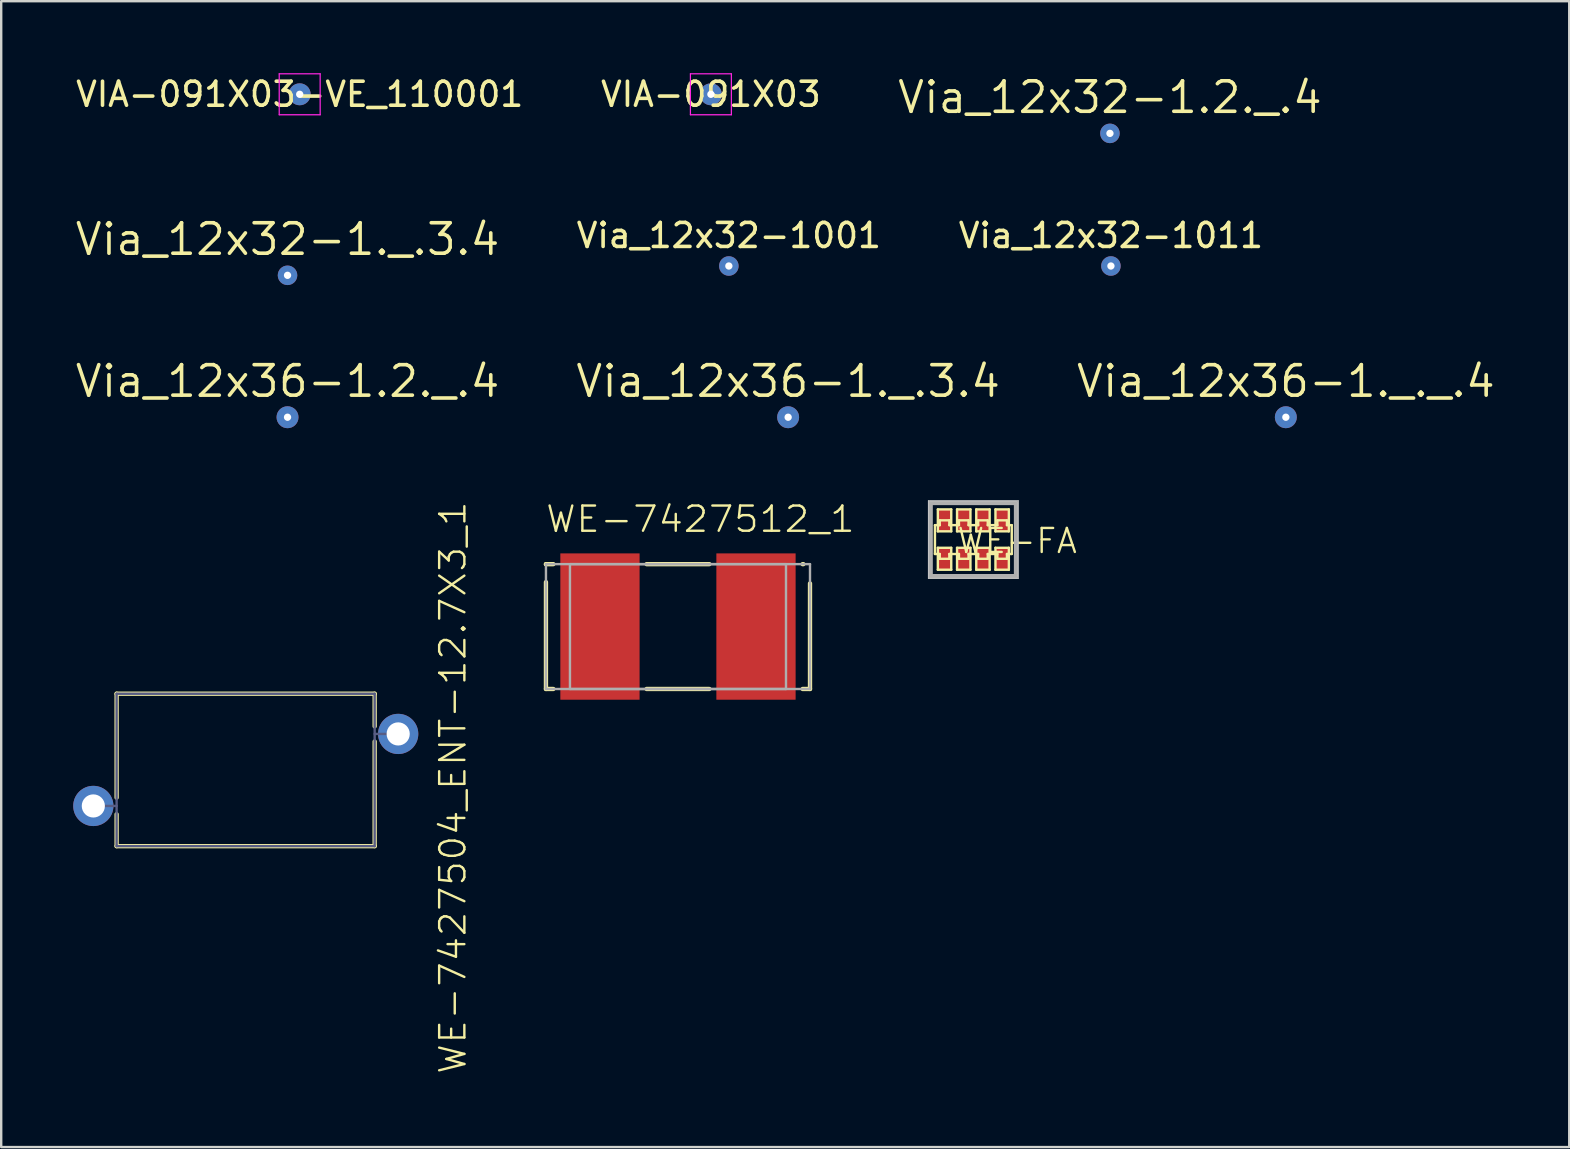
<source format=kicad_pcb>
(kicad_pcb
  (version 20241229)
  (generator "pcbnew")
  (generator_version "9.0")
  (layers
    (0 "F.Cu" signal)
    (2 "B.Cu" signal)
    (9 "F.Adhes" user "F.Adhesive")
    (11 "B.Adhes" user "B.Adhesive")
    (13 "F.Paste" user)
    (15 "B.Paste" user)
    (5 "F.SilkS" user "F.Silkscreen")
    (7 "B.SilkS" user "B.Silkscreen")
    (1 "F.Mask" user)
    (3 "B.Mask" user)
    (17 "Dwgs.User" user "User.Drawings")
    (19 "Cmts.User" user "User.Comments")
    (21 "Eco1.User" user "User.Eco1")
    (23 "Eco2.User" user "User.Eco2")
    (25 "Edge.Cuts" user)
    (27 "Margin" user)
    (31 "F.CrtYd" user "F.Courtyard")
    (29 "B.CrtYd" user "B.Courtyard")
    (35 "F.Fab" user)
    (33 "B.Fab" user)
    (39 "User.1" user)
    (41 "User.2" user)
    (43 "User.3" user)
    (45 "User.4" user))
  (footprint "Via_12x36-1._._.4"
    (layer "F.Cu")
    (at 50.517 14.331)
    (property "Reference" "Via_12x36-1._._.4" (at 0 -1.5 0) (layer "F.SilkS") (effects (font (size 1.27 1.27) (thickness 0.15))))
    (attr through_hole)
    (pad "" thru_hole circle (at 0 0) (size 0.914 0.914) (drill 0.305) (layers "*.Cu")))
  (footprint "VIA-091X03"
    (layer "F.Cu")
    (at 26.565 0.878)
    (property "Reference" "VIA-091X03" (at 0 0 0) (layer "F.SilkS") (effects (font (size 1 1) (thickness 0.15))))
    (attr through_hole)
    (fp_line (start -0.853 -0.853) (end -0.853 0.853) (stroke (width 0.05) (type solid)) (layer "F.CrtYd"))
    (fp_line (start -0.853 0.853) (end 0.853 0.853) (stroke (width 0.05) (type solid)) (layer "F.CrtYd"))
    (fp_line (start 0.853 -0.853) (end -0.853 -0.853) (stroke (width 0.05) (type solid)) (layer "F.CrtYd"))
    (fp_line (start 0.853 0.853) (end 0.853 -0.853) (stroke (width 0.05) (type solid)) (layer "F.CrtYd"))
    (pad "" thru_hole circle (at 0 0) (size 0.914 0.914) (drill 0.305) (layers "*.Cu" "*.Mask")))
  (footprint "Via_12x32-1001"
    (layer "F.Cu")
    (at 27.313 8.031)
    (property "Reference" "Via_12x32-1001" (at 0 -1.27 0) (layer "F.SilkS") (effects (font (size 1 1) (thickness 0.15))))
    (attr through_hole)
    (pad "~" thru_hole circle (at 0 0) (size 0.813 0.813) (drill 0.305) (layers "*.Cu")))
  (footprint "WE-FA"
    (placed yes)
    (layer "F.Cu")
    (at 37.499 19.428)
    (property "Reference" "WE-FA" (at -0.742 0.643 0) (layer "F.SilkS") (effects (font (size 1 1) (thickness 0.1)) (justify left bottom)))
    (attr through_hole)
    (fp_line (start -1.6 -0.6) (end -1.6 0.6) (stroke (width 0.1) (type solid)) (layer "F.SilkS"))
    (fp_line (start -1.6 0.6) (end -1.4 0.6) (stroke (width 0.1) (type solid)) (layer "F.SilkS"))
    (fp_line (start -1.479 -1.257) (end -0.921 -1.257) (stroke (width 0.1) (type solid)) (layer "F.SilkS"))
    (fp_line (start -1.479 -0.343) (end -1.479 -1.257) (stroke (width 0.1) (type solid)) (layer "F.SilkS"))
    (fp_line (start -1.479 0.343) (end -0.921 0.343) (stroke (width 0.1) (type solid)) (layer "F.SilkS"))
    (fp_line (start -1.479 1.257) (end -1.479 0.343) (stroke (width 0.1) (type solid)) (layer "F.SilkS"))
    (fp_line (start -1.4 -0.8) (end -1.4 -0.6) (stroke (width 0.1) (type solid)) (layer "F.SilkS"))
    (fp_line (start -1.4 -0.6) (end -1.6 -0.6) (stroke (width 0.1) (type solid)) (layer "F.SilkS"))
    (fp_line (start -1.4 0.6) (end -1.4 0.8) (stroke (width 0.1) (type solid)) (layer "F.SilkS"))
    (fp_line (start -1.4 0.8) (end -1 0.8) (stroke (width 0.1) (type solid)) (layer "F.SilkS"))
    (fp_line (start -1 -0.8) (end -1.4 -0.8) (stroke (width 0.1) (type solid)) (layer "F.SilkS"))
    (fp_line (start -1 -0.6) (end -1 -0.8) (stroke (width 0.1) (type solid)) (layer "F.SilkS"))
    (fp_line (start -1 0.6) (end -0.6 0.6) (stroke (width 0.1) (type solid)) (layer "F.SilkS"))
    (fp_line (start -1 0.8) (end -1 0.6) (stroke (width 0.1) (type solid)) (layer "F.SilkS"))
    (fp_line (start -0.921 -1.257) (end -0.921 -0.343) (stroke (width 0.1) (type solid)) (layer "F.SilkS"))
    (fp_line (start -0.921 -0.343) (end -1.479 -0.343) (stroke (width 0.1) (type solid)) (layer "F.SilkS"))
    (fp_line (start -0.921 0.343) (end -0.921 1.257) (stroke (width 0.1) (type solid)) (layer "F.SilkS"))
    (fp_line (start -0.921 1.257) (end -1.479 1.257) (stroke (width 0.1) (type solid)) (layer "F.SilkS"))
    (fp_line (start -0.679 -1.257) (end -0.121 -1.257) (stroke (width 0.1) (type solid)) (layer "F.SilkS"))
    (fp_line (start -0.679 -0.343) (end -0.679 -1.257) (stroke (width 0.1) (type solid)) (layer "F.SilkS"))
    (fp_line (start -0.679 0.343) (end -0.121 0.343) (stroke (width 0.1) (type solid)) (layer "F.SilkS"))
    (fp_line (start -0.679 1.257) (end -0.679 0.343) (stroke (width 0.1) (type solid)) (layer "F.SilkS"))
    (fp_line (start -0.6 -0.8) (end -0.6 -0.6) (stroke (width 0.1) (type solid)) (layer "F.SilkS"))
    (fp_line (start -0.6 -0.6) (end -1 -0.6) (stroke (width 0.1) (type solid)) (layer "F.SilkS"))
    (fp_line (start -0.6 0.6) (end -0.6 0.8) (stroke (width 0.1) (type solid)) (layer "F.SilkS"))
    (fp_line (start -0.6 0.8) (end -0.2 0.8) (stroke (width 0.1) (type solid)) (layer "F.SilkS"))
    (fp_line (start -0.2 -0.8) (end -0.6 -0.8) (stroke (width 0.1) (type solid)) (layer "F.SilkS"))
    (fp_line (start -0.2 -0.6) (end -0.2 -0.8) (stroke (width 0.1) (type solid)) (layer "F.SilkS"))
    (fp_line (start -0.2 0.6) (end 0.2 0.6) (stroke (width 0.1) (type solid)) (layer "F.SilkS"))
    (fp_line (start -0.2 0.8) (end -0.2 0.6) (stroke (width 0.1) (type solid)) (layer "F.SilkS"))
    (fp_line (start -0.121 -1.257) (end -0.121 -0.343) (stroke (width 0.1) (type solid)) (layer "F.SilkS"))
    (fp_line (start -0.121 -0.343) (end -0.679 -0.343) (stroke (width 0.1) (type solid)) (layer "F.SilkS"))
    (fp_line (start -0.121 0.343) (end -0.121 1.257) (stroke (width 0.1) (type solid)) (layer "F.SilkS"))
    (fp_line (start -0.121 1.257) (end -0.679 1.257) (stroke (width 0.1) (type solid)) (layer "F.SilkS"))
    (fp_line (start 0.121 -1.257) (end 0.679 -1.257) (stroke (width 0.1) (type solid)) (layer "F.SilkS"))
    (fp_line (start 0.121 -0.343) (end 0.121 -1.257) (stroke (width 0.1) (type solid)) (layer "F.SilkS"))
    (fp_line (start 0.121 0.343) (end 0.679 0.343) (stroke (width 0.1) (type solid)) (layer "F.SilkS"))
    (fp_line (start 0.121 1.257) (end 0.121 0.343) (stroke (width 0.1) (type solid)) (layer "F.SilkS"))
    (fp_line (start 0.2 -0.8) (end 0.2 -0.6) (stroke (width 0.1) (type solid)) (layer "F.SilkS"))
    (fp_line (start 0.2 -0.6) (end -0.2 -0.6) (stroke (width 0.1) (type solid)) (layer "F.SilkS"))
    (fp_line (start 0.2 0.6) (end 0.2 0.8) (stroke (width 0.1) (type solid)) (layer "F.SilkS"))
    (fp_line (start 0.2 0.8) (end 0.6 0.8) (stroke (width 0.1) (type solid)) (layer "F.SilkS"))
    (fp_line (start 0.6 -0.8) (end 0.2 -0.8) (stroke (width 0.1) (type solid)) (layer "F.SilkS"))
    (fp_line (start 0.6 -0.6) (end 0.6 -0.8) (stroke (width 0.1) (type solid)) (layer "F.SilkS"))
    (fp_line (start 0.6 0.6) (end 1 0.6) (stroke (width 0.1) (type solid)) (layer "F.SilkS"))
    (fp_line (start 0.6 0.8) (end 0.6 0.6) (stroke (width 0.1) (type solid)) (layer "F.SilkS"))
    (fp_line (start 0.679 -1.257) (end 0.679 -0.343) (stroke (width 0.1) (type solid)) (layer "F.SilkS"))
    (fp_line (start 0.679 -0.343) (end 0.121 -0.343) (stroke (width 0.1) (type solid)) (layer "F.SilkS"))
    (fp_line (start 0.679 0.343) (end 0.679 1.257) (stroke (width 0.1) (type solid)) (layer "F.SilkS"))
    (fp_line (start 0.679 1.257) (end 0.121 1.257) (stroke (width 0.1) (type solid)) (layer "F.SilkS"))
    (fp_line (start 0.921 -1.257) (end 1.479 -1.257) (stroke (width 0.1) (type solid)) (layer "F.SilkS"))
    (fp_line (start 0.921 -0.343) (end 0.921 -1.257) (stroke (width 0.1) (type solid)) (layer "F.SilkS"))
    (fp_line (start 0.921 0.343) (end 1.479 0.343) (stroke (width 0.1) (type solid)) (layer "F.SilkS"))
    (fp_line (start 0.921 1.257) (end 0.921 0.343) (stroke (width 0.1) (type solid)) (layer "F.SilkS"))
    (fp_line (start 1 -0.8) (end 1 -0.6) (stroke (width 0.1) (type solid)) (layer "F.SilkS"))
    (fp_line (start 1 -0.6) (end 0.6 -0.6) (stroke (width 0.1) (type solid)) (layer "F.SilkS"))
    (fp_line (start 1 0.6) (end 1 0.8) (stroke (width 0.1) (type solid)) (layer "F.SilkS"))
    (fp_line (start 1 0.8) (end 1.4 0.8) (stroke (width 0.1) (type solid)) (layer "F.SilkS"))
    (fp_line (start 1.4 -0.8) (end 1 -0.8) (stroke (width 0.1) (type solid)) (layer "F.SilkS"))
    (fp_line (start 1.4 -0.6) (end 1.4 -0.8) (stroke (width 0.1) (type solid)) (layer "F.SilkS"))
    (fp_line (start 1.4 0.6) (end 1.6 0.6) (stroke (width 0.1) (type solid)) (layer "F.SilkS"))
    (fp_line (start 1.4 0.8) (end 1.4 0.6) (stroke (width 0.1) (type solid)) (layer "F.SilkS"))
    (fp_line (start 1.479 -1.257) (end 1.479 -0.343) (stroke (width 0.1) (type solid)) (layer "F.SilkS"))
    (fp_line (start 1.479 -0.343) (end 0.921 -0.343) (stroke (width 0.1) (type solid)) (layer "F.SilkS"))
    (fp_line (start 1.479 0.343) (end 1.479 1.257) (stroke (width 0.1) (type solid)) (layer "F.SilkS"))
    (fp_line (start 1.479 1.257) (end 0.921 1.257) (stroke (width 0.1) (type solid)) (layer "F.SilkS"))
    (fp_line (start 1.6 -0.6) (end 1.4 -0.6) (stroke (width 0.1) (type solid)) (layer "F.SilkS"))
    (fp_line (start 1.6 0.6) (end 1.6 -0.6) (stroke (width 0.1) (type solid)) (layer "F.SilkS"))
    (fp_line (start -1.868 -1.614) (end 1.868 -1.614) (stroke (width 0.05) (type solid)) (layer "Dwgs.User"))
    (fp_line (start -1.868 1.614) (end -1.868 -1.614) (stroke (width 0.05) (type solid)) (layer "Dwgs.User"))
    (fp_line (start 1.868 -1.614) (end 1.868 1.614) (stroke (width 0.05) (type solid)) (layer "Dwgs.User"))
    (fp_line (start 1.868 1.614) (end -1.868 1.614) (stroke (width 0.05) (type solid)) (layer "Dwgs.User"))
    (fp_line (start -1.778 -1.524) (end -1.778 1.524) (stroke (width 0.18) (type solid)) (layer "F.Fab"))
    (fp_line (start -1.778 1.524) (end 1.778 1.524) (stroke (width 0.18) (type solid)) (layer "F.Fab"))
    (fp_line (start 1.778 -1.524) (end -1.778 -1.524) (stroke (width 0.18) (type solid)) (layer "F.Fab"))
    (fp_line (start 1.778 1.524) (end 1.778 -1.524) (stroke (width 0.18) (type solid)) (layer "F.Fab"))
    (fp_poly (pts (xy 1.778 -1.524) (xy 1.778 1.524) (xy -1.778 1.524) (xy -1.778 -1.524)) (stroke (width 0.02) (type solid)) (fill no) (layer "F.Fab"))
    (pad "L1A" smd rect (at -1.2 0.8) (size 0.559 0.914) (layers "F.Cu" "F.Mask" "F.Paste"))
    (pad "L1B" smd rect (at -1.2 -0.8) (size 0.559 0.914) (layers "F.Cu" "F.Mask" "F.Paste"))
    (pad "L2A" smd rect (at -0.4 0.8) (size 0.559 0.914) (layers "F.Cu" "F.Mask" "F.Paste"))
    (pad "L2B" smd rect (at -0.4 -0.8) (size 0.559 0.914) (layers "F.Cu" "F.Mask" "F.Paste"))
    (pad "L3A" smd rect (at 0.4 0.8) (size 0.559 0.914) (layers "F.Cu" "F.Mask" "F.Paste"))
    (pad "L3B" smd rect (at 0.4 -0.8) (size 0.559 0.914) (layers "F.Cu" "F.Mask" "F.Paste"))
    (pad "L4A" smd rect (at 1.2 0.8) (size 0.559 0.914) (layers "F.Cu" "F.Mask" "F.Paste"))
    (pad "L4B" smd rect (at 1.2 -0.8) (size 0.559 0.914) (layers "F.Cu" "F.Mask" "F.Paste")))
  (footprint "Via_12x36-1._.3.4"
    (layer "F.Cu")
    (at 29.783 14.331)
    (property "Reference" "Via_12x36-1._.3.4" (at 0 -1.5 0) (layer "F.SilkS") (effects (font (size 1.27 1.27) (thickness 0.15))))
    (attr through_hole)
    (pad "" thru_hole circle (at 0 0) (size 0.914 0.914) (drill 0.305) (layers "*.Cu")))
  (footprint "Via_12x32-1.2._.4"
    (layer "F.Cu")
    (at 43.189 2.506)
    (property "Reference" "Via_12x32-1.2._.4" (at 0 -1.5 0) (layer "F.SilkS") (effects (font (size 1.27 1.27) (thickness 0.15))))
    (attr through_hole)
    (pad "" thru_hole circle (at 0 0) (size 0.813 0.813) (drill 0.305) (layers "*.Cu")))
  (footprint "Via_12x32-1._.3.4"
    (layer "F.Cu")
    (at 8.928 8.419)
    (property "Reference" "Via_12x32-1._.3.4" (at 0 -1.5 0) (layer "F.SilkS") (effects (font (size 1.27 1.27) (thickness 0.15))))
    (attr through_hole)
    (pad "" thru_hole circle (at 0 0) (size 0.813 0.813) (drill 0.305) (layers "*.Cu")))
  (footprint "WE-7427512_1"
    (layer "F.Cu")
    (at 25.194 23.052)
    (property "Reference" "WE-7427512_1" (at 0.933 -4.473 0) (unlocked yes) (layer "F.SilkS") (effects (font (size 1.05 1.104) (thickness 0.1))))
    (attr smd)
    (fp_line (start -5.5 -2.6) (end -5.193 -2.6) (stroke (width 0.18) (type solid)) (layer "F.SilkS"))
    (fp_line (start -5.5 -2.593) (end -5.5 -2.6) (stroke (width 0.18) (type solid)) (layer "F.SilkS"))
    (fp_line (start -5.5 2.6) (end -5.5 -1.852) (stroke (width 0.18) (type solid)) (layer "F.SilkS"))
    (fp_line (start -5.5 2.6) (end -5.193 2.6) (stroke (width 0.18) (type solid)) (layer "F.SilkS"))
    (fp_line (start -1.307 -2.6) (end 1.307 -2.6) (stroke (width 0.18) (type solid)) (layer "F.SilkS"))
    (fp_line (start -1.307 2.6) (end 1.307 2.6) (stroke (width 0.18) (type solid)) (layer "F.SilkS"))
    (fp_line (start 5.193 -2.6) (end 5.222 -2.6) (stroke (width 0.18) (type solid)) (layer "F.SilkS"))
    (fp_line (start 5.193 2.6) (end 5.5 2.6) (stroke (width 0.18) (type solid)) (layer "F.SilkS"))
    (fp_line (start 5.5 2.6) (end 5.5 -1.796) (stroke (width 0.18) (type solid)) (layer "F.SilkS"))
    (fp_line (start -5.5 -2.6) (end 5.5 -2.6) (stroke (width 0.1) (type solid)) (layer "F.Fab"))
    (fp_line (start -5.5 2.6) (end -5.5 -2.6) (stroke (width 0.1) (type solid)) (layer "F.Fab"))
    (fp_line (start -5.5 2.6) (end 5.5 2.6) (stroke (width 0.1) (type solid)) (layer "F.Fab"))
    (fp_line (start -4.5 -2.6) (end 4.5 -2.6) (stroke (width 0.1) (type solid)) (layer "F.Fab"))
    (fp_line (start -4.5 2.6) (end -4.5 -2.6) (stroke (width 0.1) (type solid)) (layer "F.Fab"))
    (fp_line (start -4.5 2.6) (end 4.5 2.6) (stroke (width 0.1) (type solid)) (layer "F.Fab"))
    (fp_line (start 4.5 2.6) (end 4.5 -2.6) (stroke (width 0.1) (type solid)) (layer "F.Fab"))
    (fp_line (start 5.5 2.6) (end 5.5 -2.6) (stroke (width 0.1) (type solid)) (layer "F.Fab"))
    (pad "1" smd rect (at -3.25 0) (size 3.302 6.096) (layers "F.Cu" "F.Mask" "F.Paste"))
    (pad "2" smd rect (at 3.25 0) (size 3.302 6.096) (layers "F.Cu" "F.Mask" "F.Paste")))
  (footprint "WE-7427504_ENT-12.7X3_1"
    (layer "F.Cu")
    (at 7.188 29.025)
    (property "Reference" "WE-7427504_ENT-12.7X3_1" (at 8.626 0.737 90) (unlocked yes) (layer "F.SilkS") (effects (font (size 1.05 1.104) (thickness 0.1))))
    (attr smd)
    (fp_line (start -5.38 -3.175) (end -5.38 1.154) (stroke (width 0.18) (type solid)) (layer "F.SilkS"))
    (fp_line (start -5.38 1.846) (end -5.38 3.175) (stroke (width 0.18) (type solid)) (layer "F.SilkS"))
    (fp_line (start 5.37 -3.175) (end -5.38 -3.175) (stroke (width 0.18) (type solid)) (layer "F.SilkS"))
    (fp_line (start 5.37 -3.175) (end 5.37 -1.816) (stroke (width 0.18) (type solid)) (layer "F.SilkS"))
    (fp_line (start 5.37 -1.184) (end 5.37 3.175) (stroke (width 0.18) (type solid)) (layer "F.SilkS"))
    (fp_line (start 5.37 3.175) (end -5.38 3.175) (stroke (width 0.18) (type solid)) (layer "F.SilkS"))
    (fp_line (start -5.38 -3.175) (end -5.38 3.175) (stroke (width 0.1) (type solid)) (layer "B.Fab"))
    (fp_line (start -5.38 1.5) (end -6.35 1.5) (stroke (width 0.1) (type solid)) (layer "B.Fab"))
    (fp_line (start 5.37 -3.175) (end -5.38 -3.175) (stroke (width 0.1) (type solid)) (layer "B.Fab"))
    (fp_line (start 5.37 -3.175) (end 5.37 3.175) (stroke (width 0.1) (type solid)) (layer "B.Fab"))
    (fp_line (start 5.37 3.175) (end -5.38 3.175) (stroke (width 0.1) (type solid)) (layer "B.Fab"))
    (fp_line (start 6.35 -1.5) (end 5.37 -1.5) (stroke (width 0.1) (type solid)) (layer "B.Fab"))
    (pad "1" thru_hole circle (at 6.35 -1.5 180) (size 1.676 1.676) (drill 0.965) (layers "*.Cu" "*.Mask"))
    (pad "2" thru_hole circle (at -6.35 1.5 180) (size 1.676 1.676) (drill 0.965) (layers "*.Cu" "*.Mask")))
  (footprint "VIA-091X03-VE_110001"
    (layer "F.Cu")
    (at 9.435 0.878)
    (property "Reference" "VIA-091X03-VE_110001" (at 0 0 0) (layer "F.SilkS") (effects (font (size 1 1) (thickness 0.15))))
    (attr through_hole)
    (fp_line (start -0.853 -0.853) (end -0.853 0.853) (stroke (width 0.05) (type solid)) (layer "F.CrtYd"))
    (fp_line (start -0.853 0.853) (end 0.853 0.853) (stroke (width 0.05) (type solid)) (layer "F.CrtYd"))
    (fp_line (start 0.853 -0.853) (end -0.853 -0.853) (stroke (width 0.05) (type solid)) (layer "F.CrtYd"))
    (fp_line (start 0.853 0.853) (end 0.853 -0.853) (stroke (width 0.05) (type solid)) (layer "F.CrtYd"))
    (pad "" thru_hole circle (at 0 0) (size 0.914 0.914) (drill 0.305) (layers "*.Cu" "*.Mask")))
  (footprint "Via_12x36-1.2._.4"
    (layer "F.Cu")
    (at 8.928 14.331)
    (property "Reference" "Via_12x36-1.2._.4" (at 0 -1.5 0) (layer "F.SilkS") (effects (font (size 1.27 1.27) (thickness 0.15))))
    (attr through_hole)
    (pad "" thru_hole circle (at 0 0) (size 0.914 0.914) (drill 0.305) (layers "*.Cu" "*.Mask")))
  (footprint "Via_12x32-1011"
    (layer "F.Cu")
    (at 43.23 8.031)
    (property "Reference" "Via_12x32-1011" (at 0 -1.27 0) (layer "F.SilkS") (effects (font (size 1 1) (thickness 0.15))))
    (attr through_hole)
    (pad "~" thru_hole circle (at 0 0) (size 0.813 0.813) (drill 0.305) (layers "*.Cu")))
  (gr_rect
    (start -3 -3)
    (end 62.323 44.735)
    (stroke (width 0.1) (type default))
    (fill no)
    (layer "Edge.Cuts")))
</source>
